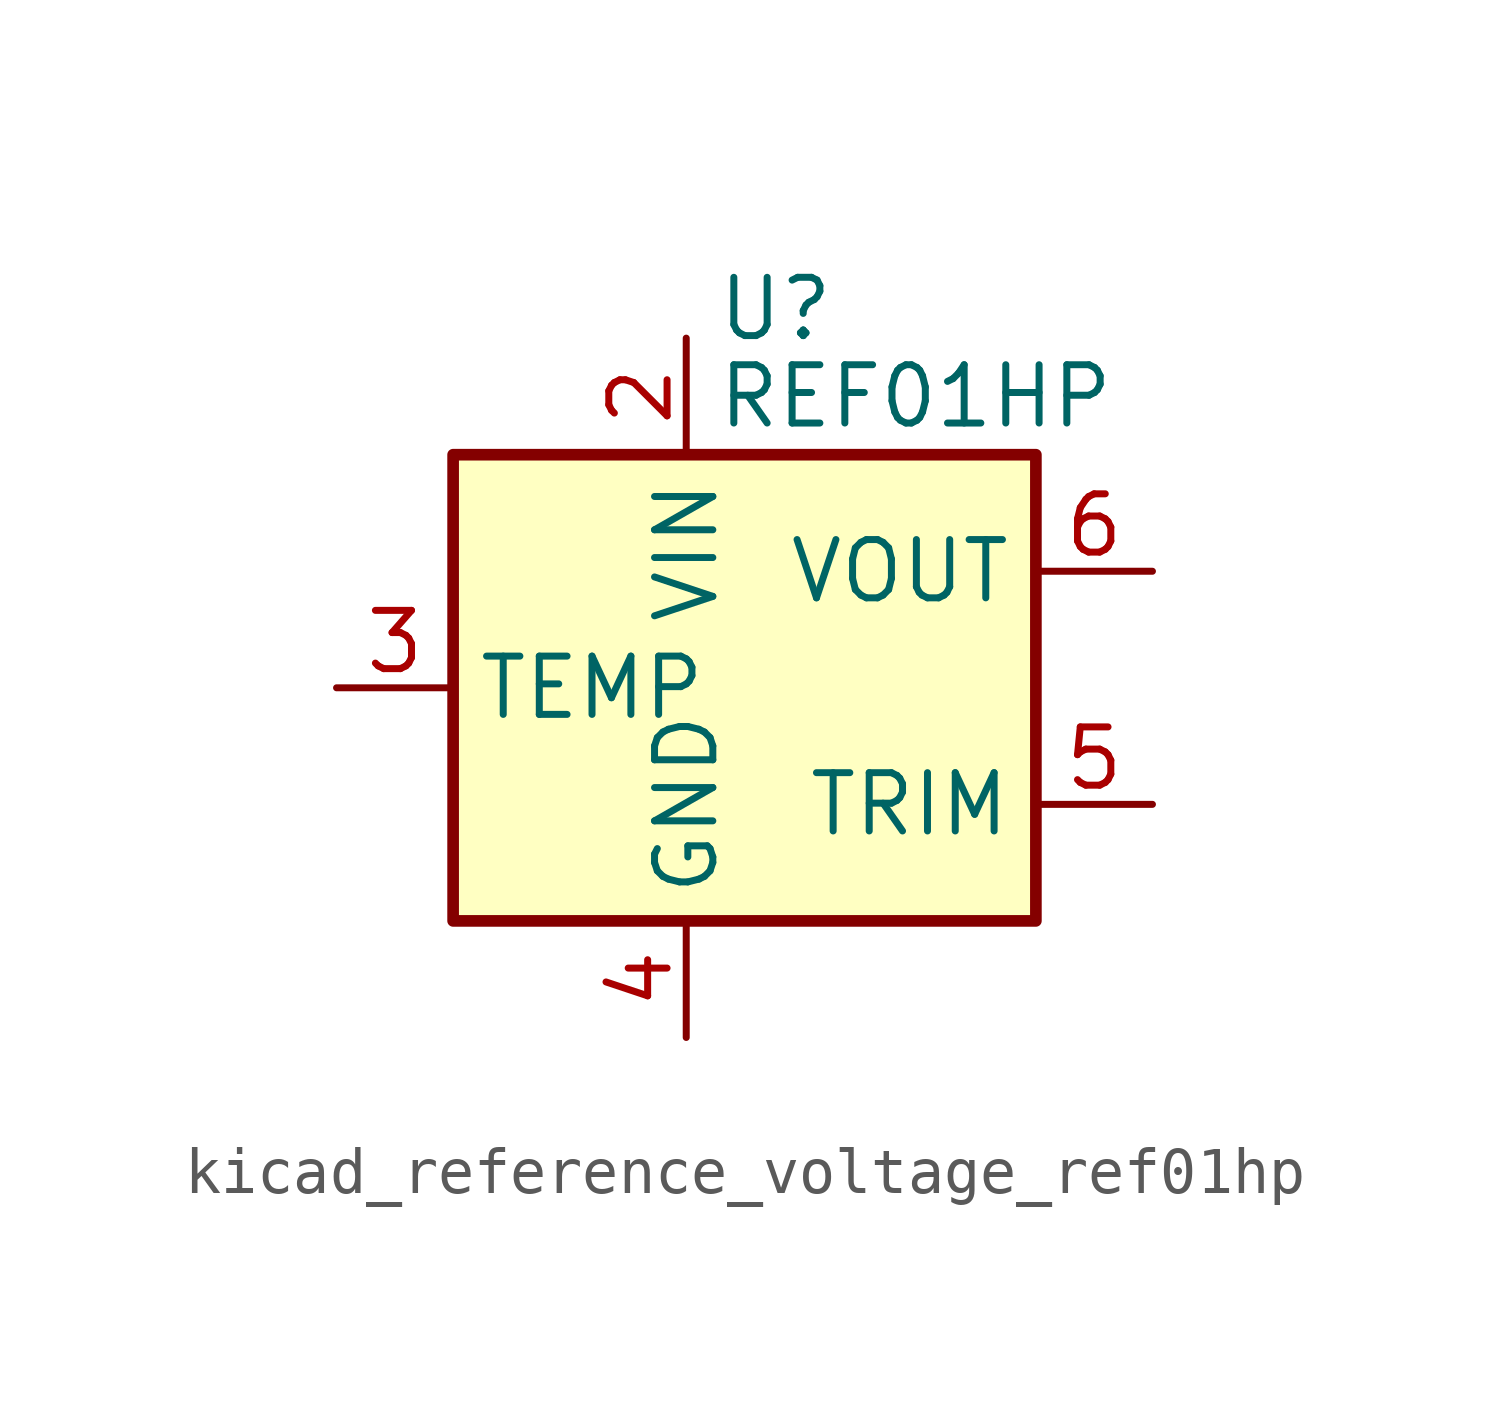
<source format=kicad_sym>
(kicad_symbol_lib
  (version 20220914)
  (generator kicad_symbol_editor)
  (symbol "kicad_reference_voltage_ref01hp"
    (property "Reference" "U"
      (at 0.635 8.255 0)
      (effects (font (size 1.27 1.27)) (justify left)))
    (property "Value" "REF01HP"
      (at 0.635 6.35 0)
      (effects (font (size 1.27 1.27)) (justify left)))
    (symbol "kicad_reference_voltage_ref01hp_0_1"
      (rectangle (start -5.08 5.08) (end 7.62 -5.08) (stroke (width 0.254) (type default)) (fill (type background))))
    (symbol "kicad_reference_voltage_ref01hp_1_1"
      (pin no_connect line (at 2.54 -5.08 90) (length 2.54) hide (name "NC" (effects (font (size 1.27 1.27)))) (number "1" (effects (font (size 1.27 1.27)))))
      (pin power_in line (at 0 7.62 270) (length 2.54) (name "VIN" (effects (font (size 1.27 1.27)))) (number "2" (effects (font (size 1.27 1.27)))))
      (pin passive line (at -7.62 0 0) (length 2.54) (name "TEMP" (effects (font (size 1.27 1.27)))) (number "3" (effects (font (size 1.27 1.27)))))
      (pin power_in line (at 0 -7.62 90) (length 2.54) (name "GND" (effects (font (size 1.27 1.27)))) (number "4" (effects (font (size 1.27 1.27)))))
      (pin passive line (at 10.16 -2.54 180) (length 2.54) (name "TRIM" (effects (font (size 1.27 1.27)))) (number "5" (effects (font (size 1.27 1.27)))))
      (pin power_out line (at 10.16 2.54 180) (length 2.54) (name "VOUT" (effects (font (size 1.27 1.27)))) (number "6" (effects (font (size 1.27 1.27)))))
      (pin no_connect line (at -2.54 -5.08 90) (length 2.54) hide (name "NC" (effects (font (size 1.27 1.27)))) (number "7" (effects (font (size 1.27 1.27)))))
      (pin no_connect line (at 7.62 0 180) (length 2.54) hide (name "NC" (effects (font (size 1.27 1.27)))) (number "8" (effects (font (size 1.27 1.27))))))))
</source>
